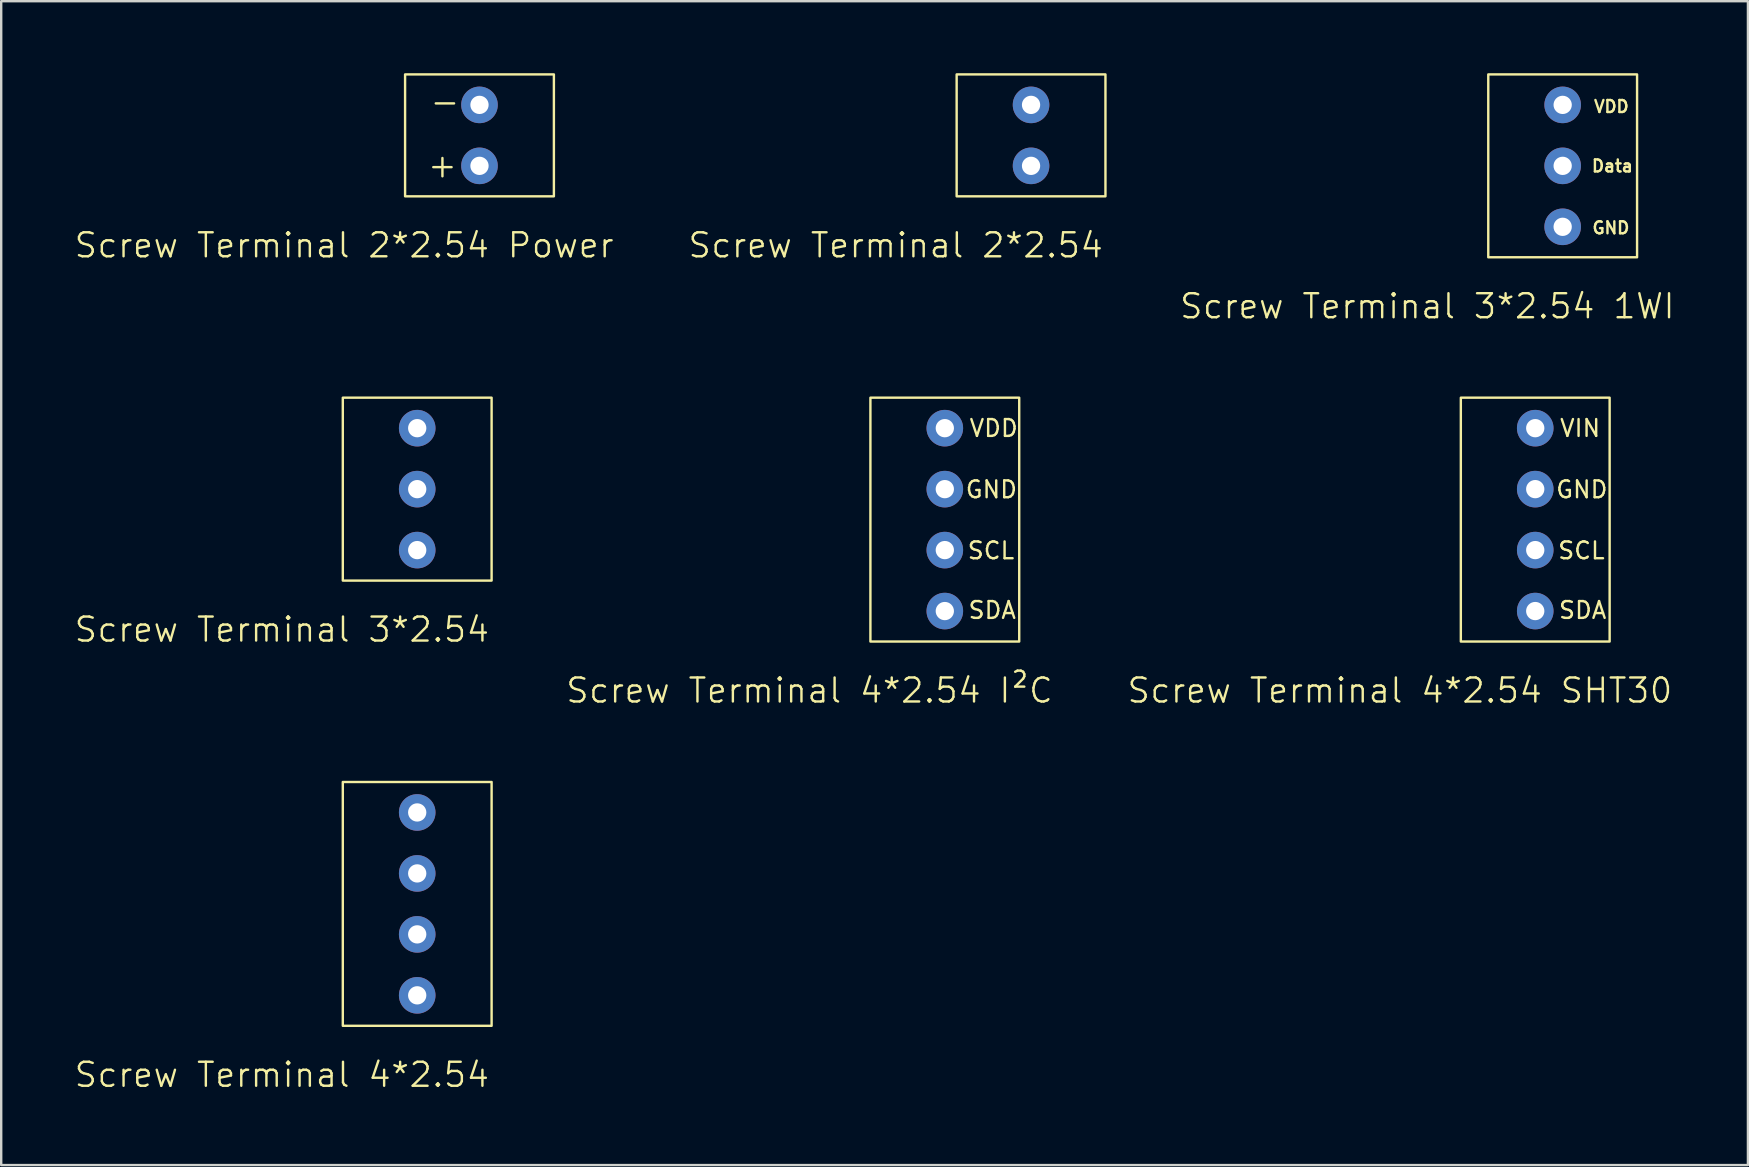
<source format=kicad_pcb>
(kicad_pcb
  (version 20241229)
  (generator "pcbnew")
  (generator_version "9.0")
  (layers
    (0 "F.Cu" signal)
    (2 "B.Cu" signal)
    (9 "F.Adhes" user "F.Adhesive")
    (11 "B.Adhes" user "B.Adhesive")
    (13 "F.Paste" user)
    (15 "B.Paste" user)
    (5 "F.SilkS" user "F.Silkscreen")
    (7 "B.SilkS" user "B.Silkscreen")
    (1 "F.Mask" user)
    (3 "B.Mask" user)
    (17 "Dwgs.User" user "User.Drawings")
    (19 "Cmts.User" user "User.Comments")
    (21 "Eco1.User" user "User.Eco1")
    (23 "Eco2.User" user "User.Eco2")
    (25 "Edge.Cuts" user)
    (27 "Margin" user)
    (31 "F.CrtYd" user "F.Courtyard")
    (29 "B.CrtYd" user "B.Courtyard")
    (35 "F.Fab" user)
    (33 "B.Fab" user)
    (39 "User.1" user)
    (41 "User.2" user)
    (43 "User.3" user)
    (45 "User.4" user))
  (footprint "Screw Terminal 4*2.54"
    (layer "F.Cu")
    (at 14.333 39.691)
    (property "Reference" "Screw Terminal 4*2.54" (at -5.64 2.04 0) (unlocked yes) (layer "F.SilkS") (effects (font (size 1 1) (thickness 0.1))))
    (attr through_hole)
    (fp_rect (start -3.1 -10.16) (end 3.1 0) (stroke (width 0.1) (type default)) (fill no) (layer "F.SilkS"))
    (pad "1" thru_hole circle (at 0 -1.27) (size 1.524 1.524) (drill 0.762) (layers "*.Cu" "*.Mask"))
    (pad "2" thru_hole circle (at 0 -3.81) (size 1.524 1.524) (drill 0.762) (layers "*.Cu" "*.Mask"))
    (pad "3" thru_hole circle (at 0 -6.35) (size 1.524 1.524) (drill 0.762) (layers "*.Cu" "*.Mask"))
    (pad "4" thru_hole circle (at 0 -8.89) (size 1.524 1.524) (drill 0.762) (layers "*.Cu" "*.Mask")))
  (footprint "Screw Terminal 4*2.54 I²C"
    (layer "F.Cu")
    (at 36.316 23.68)
    (property "Reference" "Screw Terminal 4*2.54 I²C" (at -5.64 2.04 0) (unlocked yes) (layer "F.SilkS") (effects (font (size 1 1) (thickness 0.1))))
    (attr through_hole)
    (fp_rect (start -3.1 -10.16) (end 3.1 0) (stroke (width 0.1) (type default)) (fill no) (layer "F.SilkS"))
    (fp_text user "VDD" (at 0.973 -8.479 0) (unlocked yes) (layer "F.SilkS") (effects (font (size 0.7 0.7) (thickness 0.1)) (justify left bottom)))
    (fp_text user "GND" (at 0.809 -5.924 0) (unlocked yes) (layer "F.SilkS") (effects (font (size 0.7 0.7) (thickness 0.1)) (justify left bottom)))
    (fp_text user "SCL" (at 0.891 -3.381 0) (unlocked yes) (layer "F.SilkS") (effects (font (size 0.7 0.7) (thickness 0.1)) (justify left bottom)))
    (fp_text user "SDA" (at 0.926 -0.896 0) (unlocked yes) (layer "F.SilkS") (effects (font (size 0.7 0.7) (thickness 0.1)) (justify left bottom)))
    (pad "1" thru_hole circle (at 0 -1.27) (size 1.524 1.524) (drill 0.762) (layers "*.Cu" "*.Mask"))
    (pad "2" thru_hole circle (at 0 -3.81) (size 1.524 1.524) (drill 0.762) (layers "*.Cu" "*.Mask"))
    (pad "3" thru_hole circle (at 0 -6.35) (size 1.524 1.524) (drill 0.762) (layers "*.Cu" "*.Mask"))
    (pad "4" thru_hole circle (at 0 -8.89) (size 1.524 1.524) (drill 0.762) (layers "*.Cu" "*.Mask")))
  (footprint "Screw Terminal 3*2.54"
    (layer "F.Cu")
    (at 14.333 21.14)
    (property "Reference" "Screw Terminal 3*2.54" (at -5.64 2.04 0) (unlocked yes) (layer "F.SilkS") (effects (font (size 1 1) (thickness 0.1))))
    (attr through_hole)
    (fp_rect (start -3.1 -7.62) (end 3.1 0) (stroke (width 0.1) (type default)) (fill no) (layer "F.SilkS"))
    (pad "1" thru_hole circle (at 0 -1.27) (size 1.524 1.524) (drill 0.762) (layers "*.Cu" "*.Mask"))
    (pad "2" thru_hole circle (at 0 -3.81) (size 1.524 1.524) (drill 0.762) (layers "*.Cu" "*.Mask"))
    (pad "3" thru_hole circle (at 0 -6.35) (size 1.524 1.524) (drill 0.762) (layers "*.Cu" "*.Mask")))
  (footprint "Screw Terminal 2*2.54 Power"
    (layer "F.Cu")
    (at 16.928 5.13)
    (property "Reference" "Screw Terminal 2*2.54 Power" (at -5.64 2.04 0) (unlocked yes) (layer "F.SilkS") (effects (font (size 1 1) (thickness 0.1))))
    (attr through_hole)
    (fp_rect (start -3.1 -5.08) (end 3.1 0) (stroke (width 0.1) (type default)) (fill no) (layer "F.SilkS"))
    (fp_text user "-" (at -2.125 -3.364 0) (unlocked yes) (layer "F.SilkS") (effects (font (size 1 1) (thickness 0.1)) (justify left bottom)))
    (fp_text user "+" (at -2.229 -0.707 0) (unlocked yes) (layer "F.SilkS") (effects (font (size 1 1) (thickness 0.1)) (justify left bottom)))
    (pad "1" thru_hole circle (at 0 -1.27) (size 1.524 1.524) (drill 0.762) (layers "*.Cu" "*.Mask"))
    (pad "2" thru_hole circle (at 0 -3.81) (size 1.524 1.524) (drill 0.762) (layers "*.Cu" "*.Mask")))
  (footprint "Screw Terminal 4*2.54 SHT30"
    (layer "F.Cu")
    (at 60.916 23.68)
    (property "Reference" "Screw Terminal 4*2.54 SHT30" (at -5.64 2.04 0) (unlocked yes) (layer "F.SilkS") (effects (font (size 1 1) (thickness 0.1))))
    (attr through_hole)
    (fp_rect (start -3.1 -10.16) (end 3.1 0) (stroke (width 0.1) (type default)) (fill no) (layer "F.SilkS"))
    (fp_text user "VIN" (at 0.973 -8.479 0) (unlocked yes) (layer "F.SilkS") (effects (font (size 0.7 0.7) (thickness 0.1)) (justify left bottom)))
    (fp_text user "SDA" (at 0.926 -0.896 0) (unlocked yes) (layer "F.SilkS") (effects (font (size 0.7 0.7) (thickness 0.1)) (justify left bottom)))
    (fp_text user "GND" (at 0.809 -5.924 0) (unlocked yes) (layer "F.SilkS") (effects (font (size 0.7 0.7) (thickness 0.1)) (justify left bottom)))
    (fp_text user "SCL" (at 0.891 -3.381 0) (unlocked yes) (layer "F.SilkS") (effects (font (size 0.7 0.7) (thickness 0.1)) (justify left bottom)))
    (pad "1" thru_hole circle (at 0 -1.27) (size 1.524 1.524) (drill 0.762) (layers "*.Cu" "*.Mask"))
    (pad "4" thru_hole circle (at 0 -3.81) (size 1.524 1.524) (drill 0.762) (layers "*.Cu" "*.Mask"))
    (pad "5" thru_hole circle (at 0 -8.89) (size 1.524 1.524) (drill 0.762) (layers "*.Cu" "*.Mask"))
    (pad "8" thru_hole circle (at 0 -6.35) (size 1.524 1.524) (drill 0.762) (layers "*.Cu" "*.Mask")))
  (footprint "Screw Terminal 3*2.54 1WI"
    (layer "F.Cu")
    (at 62.059 7.67)
    (property "Reference" "Screw Terminal 3*2.54 1WI" (at -5.64 2.04 0) (unlocked yes) (layer "F.SilkS") (effects (font (size 1 1) (thickness 0.1))))
    (attr through_hole)
    (fp_rect (start -3.1 -7.62) (end 3.1 0) (stroke (width 0.1) (type default)) (fill no) (layer "F.SilkS"))
    (fp_text user "GND" (at 1.182 -0.934 0) (unlocked yes) (layer "F.SilkS") (effects (font (size 0.5 0.5) (thickness 0.1)) (justify left bottom)))
    (fp_text user "Data" (at 1.159 -3.511 0) (unlocked yes) (layer "F.SilkS") (effects (font (size 0.5 0.5) (thickness 0.1)) (justify left bottom)))
    (fp_text user "VDD" (at 1.251 -5.988 0) (unlocked yes) (layer "F.SilkS") (effects (font (size 0.5 0.5) (thickness 0.1)) (justify left bottom)))
    (pad "1" thru_hole circle (at 0 -1.27) (size 1.524 1.524) (drill 0.762) (layers "*.Cu" "*.Mask"))
    (pad "2" thru_hole circle (at 0 -3.81) (size 1.524 1.524) (drill 0.762) (layers "*.Cu" "*.Mask"))
    (pad "3" thru_hole circle (at 0 -6.35) (size 1.524 1.524) (drill 0.762) (layers "*.Cu" "*.Mask")))
  (footprint "Screw Terminal 2*2.54"
    (layer "F.Cu")
    (at 39.909 5.13)
    (property "Reference" "Screw Terminal 2*2.54" (at -5.64 2.04 0) (unlocked yes) (layer "F.SilkS") (effects (font (size 1 1) (thickness 0.1))))
    (attr through_hole)
    (fp_rect (start -3.1 -5.08) (end 3.1 0) (stroke (width 0.1) (type default)) (fill no) (layer "F.SilkS"))
    (pad "1" thru_hole circle (at 0 -1.27) (size 1.524 1.524) (drill 0.762) (layers "*.Cu" "*.Mask"))
    (pad "2" thru_hole circle (at 0 -3.81) (size 1.524 1.524) (drill 0.762) (layers "*.Cu" "*.Mask")))
  (gr_rect
    (start -3 -3)
    (end 69.778 45.492)
    (stroke (width 0.1) (type default))
    (fill no)
    (layer "Edge.Cuts")))
</source>
